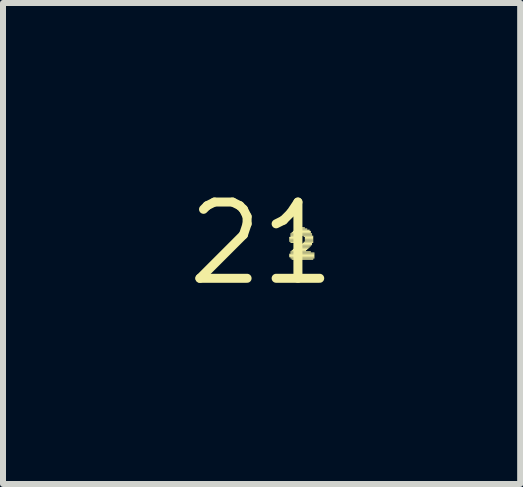
<source format=kicad_pcb>
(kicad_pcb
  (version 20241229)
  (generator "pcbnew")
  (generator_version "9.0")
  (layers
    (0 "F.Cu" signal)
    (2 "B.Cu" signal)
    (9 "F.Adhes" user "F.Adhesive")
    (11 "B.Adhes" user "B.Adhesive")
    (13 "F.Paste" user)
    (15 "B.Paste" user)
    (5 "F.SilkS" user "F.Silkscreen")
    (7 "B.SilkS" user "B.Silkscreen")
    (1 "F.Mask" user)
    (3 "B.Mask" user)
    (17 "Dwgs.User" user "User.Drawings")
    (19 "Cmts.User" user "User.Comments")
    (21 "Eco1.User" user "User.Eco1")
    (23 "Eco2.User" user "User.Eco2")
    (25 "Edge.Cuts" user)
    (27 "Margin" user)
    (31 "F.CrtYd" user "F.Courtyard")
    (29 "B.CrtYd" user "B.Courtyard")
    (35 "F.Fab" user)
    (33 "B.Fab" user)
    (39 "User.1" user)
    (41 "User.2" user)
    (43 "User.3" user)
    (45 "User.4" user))
  (footprint "21"
    (layer "F.Cu")
    (at 1.308 1.006)
    (property "Reference" "21" (at 0 0 0) (layer "F.SilkS") (effects (font (size 1.27 1.27) (thickness 0.15))))
    (fp_poly (pts (xy 0.46 -0.09) (xy 0.6 -0.09) (xy 0.6 -0.11) (xy 0.46 -0.11)) (stroke (width 0) (type default)) (fill yes) (layer "F.SilkS"))
    (fp_poly (pts (xy 0.46 -0.07) (xy 0.6 -0.07) (xy 0.6 -0.09) (xy 0.46 -0.09)) (stroke (width 0) (type default)) (fill yes) (layer "F.SilkS"))
    (fp_poly (pts (xy 0.46 -0.05) (xy 0.6 -0.05) (xy 0.6 -0.07) (xy 0.46 -0.07)) (stroke (width 0) (type default)) (fill yes) (layer "F.SilkS"))
    (fp_poly (pts (xy 0.46 -0.03) (xy 0.6 -0.03) (xy 0.6 -0.05) (xy 0.46 -0.05)) (stroke (width 0) (type default)) (fill yes) (layer "F.SilkS"))
    (fp_poly (pts (xy 0.46 0.19) (xy 0.88 0.19) (xy 0.88 0.17) (xy 0.46 0.17)) (stroke (width 0) (type default)) (fill yes) (layer "F.SilkS"))
    (fp_poly (pts (xy 0.46 0.21) (xy 0.88 0.21) (xy 0.88 0.19) (xy 0.46 0.19)) (stroke (width 0) (type default)) (fill yes) (layer "F.SilkS"))
    (fp_poly (pts (xy 0.46 0.23) (xy 0.88 0.23) (xy 0.88 0.21) (xy 0.46 0.21)) (stroke (width 0) (type default)) (fill yes) (layer "F.SilkS"))
    (fp_poly (pts (xy 0.48 -0.15) (xy 0.84 -0.15) (xy 0.84 -0.17) (xy 0.48 -0.17)) (stroke (width 0) (type default)) (fill yes) (layer "F.SilkS"))
    (fp_poly (pts (xy 0.48 -0.13) (xy 0.84 -0.13) (xy 0.84 -0.15) (xy 0.48 -0.15)) (stroke (width 0) (type default)) (fill yes) (layer "F.SilkS"))
    (fp_poly (pts (xy 0.48 -0.11) (xy 0.62 -0.11) (xy 0.62 -0.13) (xy 0.48 -0.13)) (stroke (width 0) (type default)) (fill yes) (layer "F.SilkS"))
    (fp_poly (pts (xy 0.48 -0.01) (xy 0.58 -0.01) (xy 0.58 -0.03) (xy 0.48 -0.03)) (stroke (width 0) (type default)) (fill yes) (layer "F.SilkS"))
    (fp_poly (pts (xy 0.48 0.15) (xy 0.82 0.15) (xy 0.82 0.13) (xy 0.48 0.13)) (stroke (width 0) (type default)) (fill yes) (layer "F.SilkS"))
    (fp_poly (pts (xy 0.48 0.17) (xy 0.88 0.17) (xy 0.88 0.15) (xy 0.48 0.15)) (stroke (width 0) (type default)) (fill yes) (layer "F.SilkS"))
    (fp_poly (pts (xy 0.48 0.25) (xy 0.88 0.25) (xy 0.88 0.23) (xy 0.48 0.23)) (stroke (width 0) (type default)) (fill yes) (layer "F.SilkS"))
    (fp_poly (pts (xy 0.5 -0.17) (xy 0.82 -0.17) (xy 0.82 -0.19) (xy 0.5 -0.19)) (stroke (width 0) (type default)) (fill yes) (layer "F.SilkS"))
    (fp_poly (pts (xy 0.5 0.13) (xy 0.74 0.13) (xy 0.74 0.11) (xy 0.5 0.11)) (stroke (width 0) (type default)) (fill yes) (layer "F.SilkS"))
    (fp_poly (pts (xy 0.5 0.27) (xy 0.86 0.27) (xy 0.86 0.25) (xy 0.5 0.25)) (stroke (width 0) (type default)) (fill yes) (layer "F.SilkS"))
    (fp_poly (pts (xy 0.52 -0.19) (xy 0.82 -0.19) (xy 0.82 -0.21) (xy 0.52 -0.21)) (stroke (width 0) (type default)) (fill yes) (layer "F.SilkS"))
    (fp_poly (pts (xy 0.52 0.11) (xy 0.76 0.11) (xy 0.76 0.09) (xy 0.52 0.09)) (stroke (width 0) (type default)) (fill yes) (layer "F.SilkS"))
    (fp_poly (pts (xy 0.54 -0.21) (xy 0.8 -0.21) (xy 0.8 -0.23) (xy 0.54 -0.23)) (stroke (width 0) (type default)) (fill yes) (layer "F.SilkS"))
    (fp_poly (pts (xy 0.56 -0.23) (xy 0.76 -0.23) (xy 0.76 -0.25) (xy 0.56 -0.25)) (stroke (width 0) (type default)) (fill yes) (layer "F.SilkS"))
    (fp_poly (pts (xy 0.56 0.09) (xy 0.78 0.09) (xy 0.78 0.07) (xy 0.56 0.07)) (stroke (width 0) (type default)) (fill yes) (layer "F.SilkS"))
    (fp_poly (pts (xy 0.58 0.07) (xy 0.8 0.07) (xy 0.8 0.05) (xy 0.58 0.05)) (stroke (width 0) (type default)) (fill yes) (layer "F.SilkS"))
    (fp_poly (pts (xy 0.6 -0.25) (xy 0.72 -0.25) (xy 0.72 -0.27) (xy 0.6 -0.27)) (stroke (width 0) (type default)) (fill yes) (layer "F.SilkS"))
    (fp_poly (pts (xy 0.62 0.05) (xy 0.82 0.05) (xy 0.82 0.03) (xy 0.62 0.03)) (stroke (width 0) (type default)) (fill yes) (layer "F.SilkS"))
    (fp_poly (pts (xy 0.66 0.03) (xy 0.84 0.03) (xy 0.84 0.01) (xy 0.66 0.01)) (stroke (width 0) (type default)) (fill yes) (layer "F.SilkS"))
    (fp_poly (pts (xy 0.68 0.01) (xy 0.84 0.01) (xy 0.84 -0.01) (xy 0.68 -0.01)) (stroke (width 0) (type default)) (fill yes) (layer "F.SilkS"))
    (fp_poly (pts (xy 0.7 -0.11) (xy 0.86 -0.11) (xy 0.86 -0.13) (xy 0.7 -0.13)) (stroke (width 0) (type default)) (fill yes) (layer "F.SilkS"))
    (fp_poly (pts (xy 0.7 -0.01) (xy 0.86 -0.01) (xy 0.86 -0.03) (xy 0.7 -0.03)) (stroke (width 0) (type default)) (fill yes) (layer "F.SilkS"))
    (fp_poly (pts (xy 0.72 -0.09) (xy 0.86 -0.09) (xy 0.86 -0.11) (xy 0.72 -0.11)) (stroke (width 0) (type default)) (fill yes) (layer "F.SilkS"))
    (fp_poly (pts (xy 0.72 -0.07) (xy 0.86 -0.07) (xy 0.86 -0.09) (xy 0.72 -0.09)) (stroke (width 0) (type default)) (fill yes) (layer "F.SilkS"))
    (fp_poly (pts (xy 0.72 -0.05) (xy 0.86 -0.05) (xy 0.86 -0.07) (xy 0.72 -0.07)) (stroke (width 0) (type default)) (fill yes) (layer "F.SilkS"))
    (fp_poly (pts (xy 0.72 -0.03) (xy 0.86 -0.03) (xy 0.86 -0.05) (xy 0.72 -0.05)) (stroke (width 0) (type default)) (fill yes) (layer "F.SilkS")))
  (gr_rect
    (start -3 -3)
    (end 5.615 5.012)
    (stroke (width 0.1) (type default))
    (fill no)
    (layer "Edge.Cuts")))
</source>
